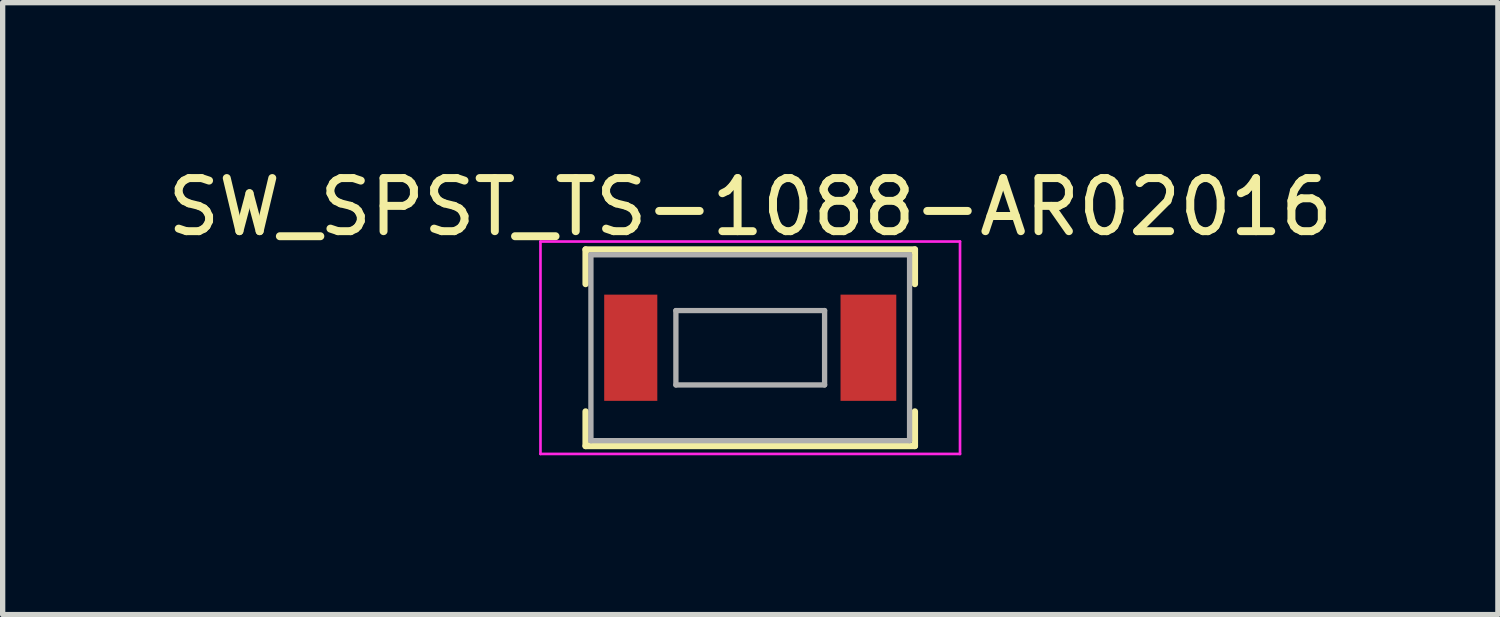
<source format=kicad_pcb>
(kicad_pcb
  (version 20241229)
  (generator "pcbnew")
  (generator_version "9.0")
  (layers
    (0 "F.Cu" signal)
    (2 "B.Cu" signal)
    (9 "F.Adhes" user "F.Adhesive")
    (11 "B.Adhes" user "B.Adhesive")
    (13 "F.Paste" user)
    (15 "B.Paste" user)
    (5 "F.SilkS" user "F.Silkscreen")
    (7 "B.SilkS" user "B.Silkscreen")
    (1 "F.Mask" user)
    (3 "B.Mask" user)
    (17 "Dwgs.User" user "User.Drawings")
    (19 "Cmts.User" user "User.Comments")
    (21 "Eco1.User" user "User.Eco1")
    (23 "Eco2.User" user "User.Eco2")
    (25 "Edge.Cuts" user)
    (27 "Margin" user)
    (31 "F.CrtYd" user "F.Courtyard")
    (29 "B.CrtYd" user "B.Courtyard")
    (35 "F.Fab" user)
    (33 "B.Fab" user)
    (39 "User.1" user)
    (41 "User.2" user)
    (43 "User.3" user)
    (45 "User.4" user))
  (footprint "SW_SPST_TS-1088-AR02016"
    (layer "F.Cu")
    (at 11.077 3.498)
    (property "Reference" "SW_SPST_TS-1088-AR02016" (at 0 -2.65 0) (layer "F.SilkS") (effects (font (size 1 1) (thickness 0.15))))
    (attr smd)
    (fp_line (start -3.1 -1.85) (end -3.1 -1.2) (stroke (width 0.12) (type solid)) (layer "F.SilkS"))
    (fp_line (start -3.1 1.2) (end -3.1 1.85) (stroke (width 0.12) (type solid)) (layer "F.SilkS"))
    (fp_line (start -3.1 1.85) (end 3.1 1.85) (stroke (width 0.12) (type solid)) (layer "F.SilkS"))
    (fp_line (start 3.1 -1.85) (end -3.1 -1.85) (stroke (width 0.12) (type solid)) (layer "F.SilkS"))
    (fp_line (start 3.1 -1.85) (end 3.1 -1.2) (stroke (width 0.12) (type solid)) (layer "F.SilkS"))
    (fp_line (start 3.1 1.85) (end 3.1 1.2) (stroke (width 0.12) (type solid)) (layer "F.SilkS"))
    (fp_line (start -3.95 -2) (end 3.95 -2) (stroke (width 0.05) (type solid)) (layer "F.CrtYd"))
    (fp_line (start -3.95 2) (end -3.95 -2) (stroke (width 0.05) (type solid)) (layer "F.CrtYd"))
    (fp_line (start 3.95 -2) (end 3.95 2) (stroke (width 0.05) (type solid)) (layer "F.CrtYd"))
    (fp_line (start 3.95 2) (end -3.95 2) (stroke (width 0.05) (type solid)) (layer "F.CrtYd"))
    (fp_line (start -3 -1.75) (end 3 -1.75) (stroke (width 0.1) (type solid)) (layer "F.Fab"))
    (fp_line (start -3 1.75) (end -3 -1.75) (stroke (width 0.1) (type solid)) (layer "F.Fab"))
    (fp_line (start -1.4 -0.7) (end 1.4 -0.7) (stroke (width 0.1) (type solid)) (layer "F.Fab"))
    (fp_line (start -1.4 0.7) (end -1.4 -0.7) (stroke (width 0.1) (type solid)) (layer "F.Fab"))
    (fp_line (start 1.4 -0.7) (end 1.4 0.7) (stroke (width 0.1) (type solid)) (layer "F.Fab"))
    (fp_line (start 1.4 0.7) (end -1.4 0.7) (stroke (width 0.1) (type solid)) (layer "F.Fab"))
    (fp_line (start 3 -1.75) (end 3 1.75) (stroke (width 0.1) (type solid)) (layer "F.Fab"))
    (fp_line (start 3 1.75) (end -3 1.75) (stroke (width 0.1) (type solid)) (layer "F.Fab"))
    (pad "1" smd rect (at -2.25 0) (size 1 2) (layers "F.Cu" "F.Mask" "F.Paste"))
    (pad "2" smd rect (at 2.225 0) (size 1.05 2) (layers "F.Cu" "F.Mask" "F.Paste")))
  (gr_rect
    (start -3 -3)
    (end 25.155 8.523)
    (stroke (width 0.1) (type default))
    (fill no)
    (layer "Edge.Cuts")))
</source>
